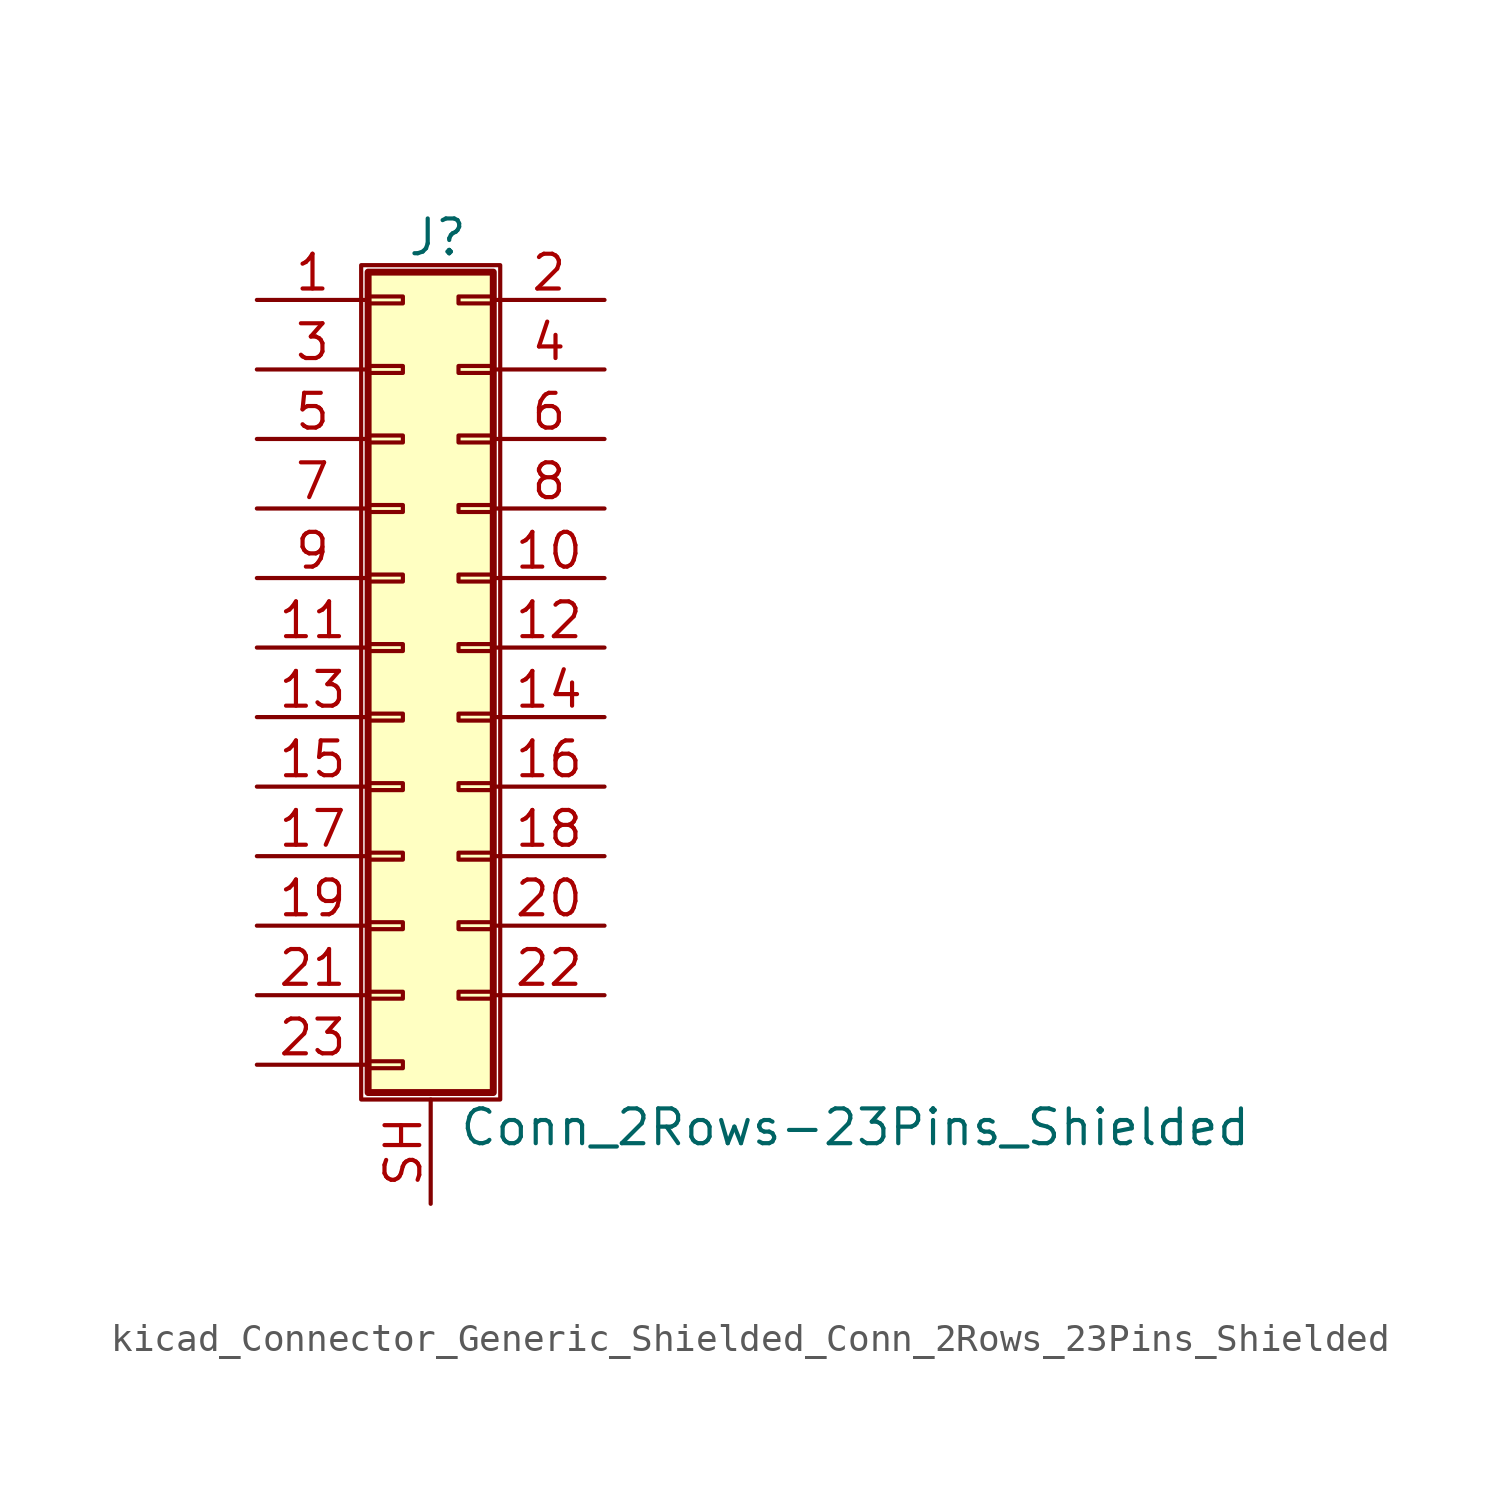
<source format=kicad_sym>
(kicad_symbol_lib
  (version 20220914)
  (generator kicad_symbol_editor)
  (symbol "kicad_Connector_Generic_Shielded_Conn_2Rows_23Pins_Shielded"
    (pin_names
      (offset 1.016) hide)
    (property "Reference" "J"
      (at 1.524 14.986 0)
      (effects (font (size 1.27 1.27))))
    (property "Value" "Conn_2Rows-23Pins_Shielded"
      (at 2.286 -17.526 0)
      (effects (font (size 1.27 1.27)) (justify left)))
    (symbol "kicad_Connector_Generic_Shielded_Conn_2Rows_23Pins_Shielded_1_1"
      (rectangle (start -1.27 13.97) (end 3.81 -16.51) (stroke (width 0.152) (type default)) (fill (type none)))
      (rectangle (start -1.016 -15.113) (end 0.254 -15.367) (stroke (width 0.152) (type default)) (fill (type none)))
      (rectangle (start -1.016 -12.573) (end 0.254 -12.827) (stroke (width 0.152) (type default)) (fill (type none)))
      (rectangle (start -1.016 -10.033) (end 0.254 -10.287) (stroke (width 0.152) (type default)) (fill (type none)))
      (rectangle (start -1.016 -7.493) (end 0.254 -7.747) (stroke (width 0.152) (type default)) (fill (type none)))
      (rectangle (start -1.016 -4.953) (end 0.254 -5.207) (stroke (width 0.152) (type default)) (fill (type none)))
      (rectangle (start -1.016 -2.413) (end 0.254 -2.667) (stroke (width 0.152) (type default)) (fill (type none)))
      (rectangle (start -1.016 0.127) (end 0.254 -0.127) (stroke (width 0.152) (type default)) (fill (type none)))
      (rectangle (start -1.016 2.667) (end 0.254 2.413) (stroke (width 0.152) (type default)) (fill (type none)))
      (rectangle (start -1.016 5.207) (end 0.254 4.953) (stroke (width 0.152) (type default)) (fill (type none)))
      (rectangle (start -1.016 7.747) (end 0.254 7.493) (stroke (width 0.152) (type default)) (fill (type none)))
      (rectangle (start -1.016 10.287) (end 0.254 10.033) (stroke (width 0.152) (type default)) (fill (type none)))
      (rectangle (start -1.016 12.827) (end 0.254 12.573) (stroke (width 0.152) (type default)) (fill (type none)))
      (rectangle (start -1.016 13.716) (end 3.556 -16.256) (stroke (width 0.254) (type default)) (fill (type background)))
      (rectangle (start 3.556 -12.573) (end 2.286 -12.827) (stroke (width 0.152) (type default)) (fill (type none)))
      (rectangle (start 3.556 -10.033) (end 2.286 -10.287) (stroke (width 0.152) (type default)) (fill (type none)))
      (rectangle (start 3.556 -7.493) (end 2.286 -7.747) (stroke (width 0.152) (type default)) (fill (type none)))
      (rectangle (start 3.556 -4.953) (end 2.286 -5.207) (stroke (width 0.152) (type default)) (fill (type none)))
      (rectangle (start 3.556 -2.413) (end 2.286 -2.667) (stroke (width 0.152) (type default)) (fill (type none)))
      (rectangle (start 3.556 0.127) (end 2.286 -0.127) (stroke (width 0.152) (type default)) (fill (type none)))
      (rectangle (start 3.556 2.667) (end 2.286 2.413) (stroke (width 0.152) (type default)) (fill (type none)))
      (rectangle (start 3.556 5.207) (end 2.286 4.953) (stroke (width 0.152) (type default)) (fill (type none)))
      (rectangle (start 3.556 7.747) (end 2.286 7.493) (stroke (width 0.152) (type default)) (fill (type none)))
      (rectangle (start 3.556 10.287) (end 2.286 10.033) (stroke (width 0.152) (type default)) (fill (type none)))
      (rectangle (start 3.556 12.827) (end 2.286 12.573) (stroke (width 0.152) (type default)) (fill (type none)))
      (pin passive line (at -5.08 12.7 0) (length 4.064) (name "Pin_1" (effects (font (size 1.27 1.27)))) (number "1" (effects (font (size 1.27 1.27)))))
      (pin passive line (at 7.62 2.54 180) (length 4.064) (name "Pin_10" (effects (font (size 1.27 1.27)))) (number "10" (effects (font (size 1.27 1.27)))))
      (pin passive line (at -5.08 0 0) (length 4.064) (name "Pin_11" (effects (font (size 1.27 1.27)))) (number "11" (effects (font (size 1.27 1.27)))))
      (pin passive line (at 7.62 0 180) (length 4.064) (name "Pin_12" (effects (font (size 1.27 1.27)))) (number "12" (effects (font (size 1.27 1.27)))))
      (pin passive line (at -5.08 -2.54 0) (length 4.064) (name "Pin_13" (effects (font (size 1.27 1.27)))) (number "13" (effects (font (size 1.27 1.27)))))
      (pin passive line (at 7.62 -2.54 180) (length 4.064) (name "Pin_14" (effects (font (size 1.27 1.27)))) (number "14" (effects (font (size 1.27 1.27)))))
      (pin passive line (at -5.08 -5.08 0) (length 4.064) (name "Pin_15" (effects (font (size 1.27 1.27)))) (number "15" (effects (font (size 1.27 1.27)))))
      (pin passive line (at 7.62 -5.08 180) (length 4.064) (name "Pin_16" (effects (font (size 1.27 1.27)))) (number "16" (effects (font (size 1.27 1.27)))))
      (pin passive line (at -5.08 -7.62 0) (length 4.064) (name "Pin_17" (effects (font (size 1.27 1.27)))) (number "17" (effects (font (size 1.27 1.27)))))
      (pin passive line (at 7.62 -7.62 180) (length 4.064) (name "Pin_18" (effects (font (size 1.27 1.27)))) (number "18" (effects (font (size 1.27 1.27)))))
      (pin passive line (at -5.08 -10.16 0) (length 4.064) (name "Pin_19" (effects (font (size 1.27 1.27)))) (number "19" (effects (font (size 1.27 1.27)))))
      (pin passive line (at 7.62 12.7 180) (length 4.064) (name "Pin_2" (effects (font (size 1.27 1.27)))) (number "2" (effects (font (size 1.27 1.27)))))
      (pin passive line (at 7.62 -10.16 180) (length 4.064) (name "Pin_20" (effects (font (size 1.27 1.27)))) (number "20" (effects (font (size 1.27 1.27)))))
      (pin passive line (at -5.08 -12.7 0) (length 4.064) (name "Pin_21" (effects (font (size 1.27 1.27)))) (number "21" (effects (font (size 1.27 1.27)))))
      (pin passive line (at 7.62 -12.7 180) (length 4.064) (name "Pin_22" (effects (font (size 1.27 1.27)))) (number "22" (effects (font (size 1.27 1.27)))))
      (pin passive line (at -5.08 -15.24 0) (length 4.064) (name "Pin_23" (effects (font (size 1.27 1.27)))) (number "23" (effects (font (size 1.27 1.27)))))
      (pin passive line (at -5.08 10.16 0) (length 4.064) (name "Pin_3" (effects (font (size 1.27 1.27)))) (number "3" (effects (font (size 1.27 1.27)))))
      (pin passive line (at 7.62 10.16 180) (length 4.064) (name "Pin_4" (effects (font (size 1.27 1.27)))) (number "4" (effects (font (size 1.27 1.27)))))
      (pin passive line (at -5.08 7.62 0) (length 4.064) (name "Pin_5" (effects (font (size 1.27 1.27)))) (number "5" (effects (font (size 1.27 1.27)))))
      (pin passive line (at 7.62 7.62 180) (length 4.064) (name "Pin_6" (effects (font (size 1.27 1.27)))) (number "6" (effects (font (size 1.27 1.27)))))
      (pin passive line (at -5.08 5.08 0) (length 4.064) (name "Pin_7" (effects (font (size 1.27 1.27)))) (number "7" (effects (font (size 1.27 1.27)))))
      (pin passive line (at 7.62 5.08 180) (length 4.064) (name "Pin_8" (effects (font (size 1.27 1.27)))) (number "8" (effects (font (size 1.27 1.27)))))
      (pin passive line (at -5.08 2.54 0) (length 4.064) (name "Pin_9" (effects (font (size 1.27 1.27)))) (number "9" (effects (font (size 1.27 1.27)))))
      (pin passive line (at 1.27 -20.32 90) (length 3.81) (name "Shield" (effects (font (size 1.27 1.27)))) (number "SH" (effects (font (size 1.27 1.27))))))))
</source>
